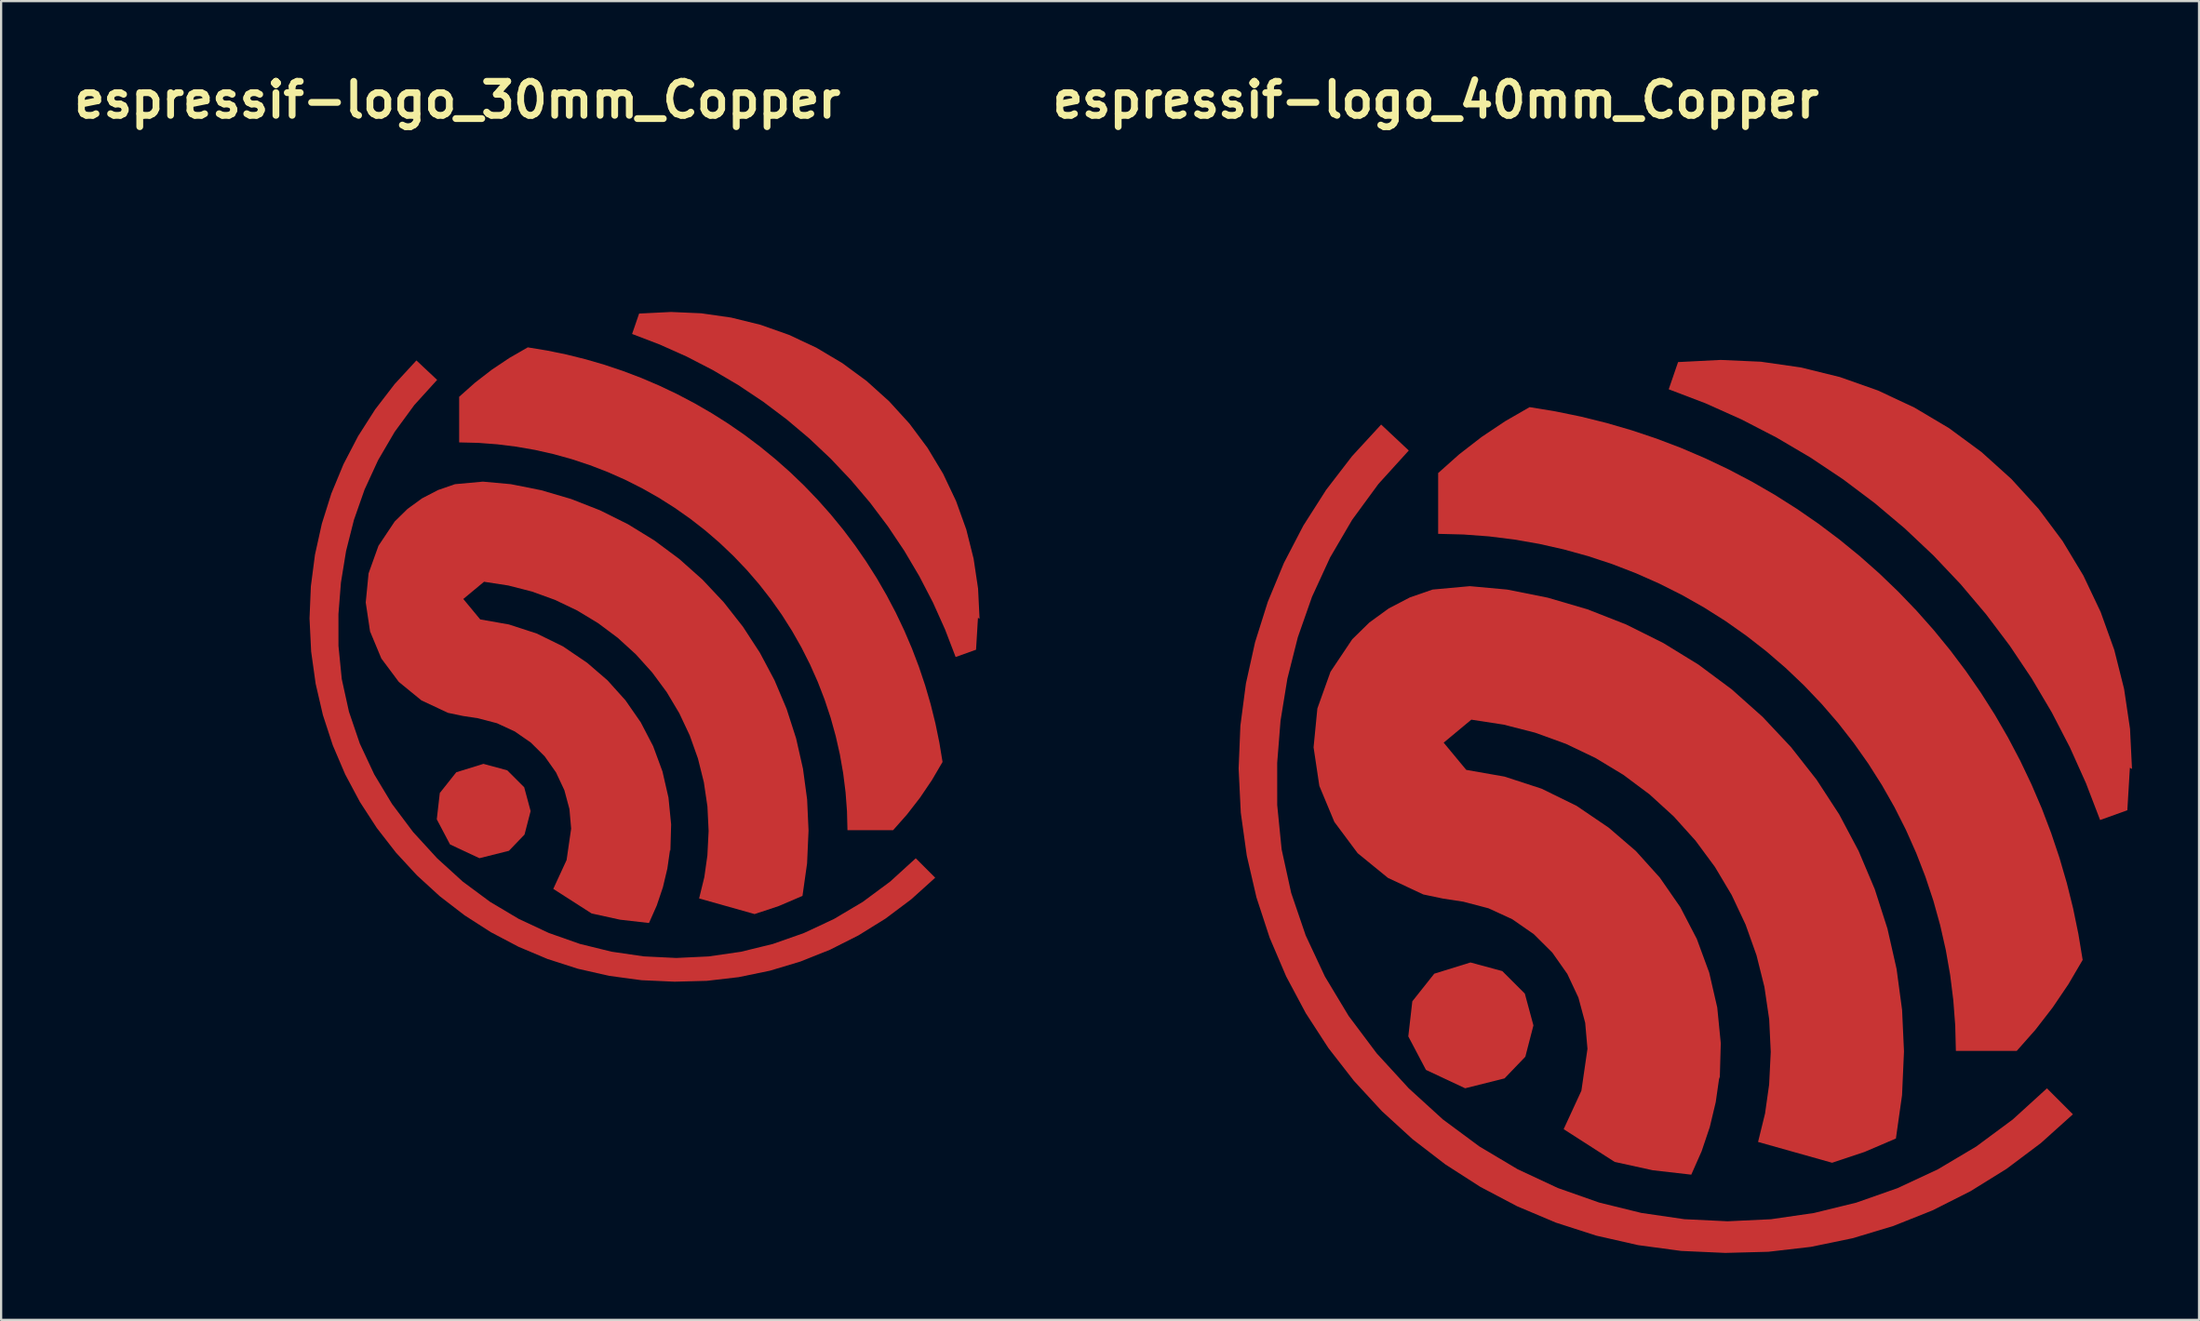
<source format=kicad_pcb>
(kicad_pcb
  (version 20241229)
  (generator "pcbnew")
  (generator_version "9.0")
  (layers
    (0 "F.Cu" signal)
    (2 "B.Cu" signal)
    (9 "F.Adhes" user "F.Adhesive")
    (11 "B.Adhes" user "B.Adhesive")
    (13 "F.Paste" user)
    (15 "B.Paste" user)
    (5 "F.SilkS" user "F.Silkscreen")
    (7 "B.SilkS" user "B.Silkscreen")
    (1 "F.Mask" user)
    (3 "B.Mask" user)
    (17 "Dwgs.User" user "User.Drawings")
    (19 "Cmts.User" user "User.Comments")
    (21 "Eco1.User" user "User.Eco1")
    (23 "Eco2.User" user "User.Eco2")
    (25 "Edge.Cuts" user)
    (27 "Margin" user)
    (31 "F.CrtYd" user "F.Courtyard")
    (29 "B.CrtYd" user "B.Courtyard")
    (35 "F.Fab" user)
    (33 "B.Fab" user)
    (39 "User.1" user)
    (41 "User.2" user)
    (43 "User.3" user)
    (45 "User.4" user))
  (footprint "espressif-logo_40mm_Copper"
    (layer "F.Cu")
    (at 61.239 40.064)
    (property "Reference" "espressif-logo_40mm_Copper" (at 0 -38.637 0) (layer "F.SilkS") (effects (font (size 1.524 1.524) (thickness 0.305))))
    (attr exclude_from_pos_files exclude_from_bom)
    (fp_poly (pts (xy 4.368 2.814) (xy 4.005 4.217) (xy 3.074 5.187) (xy 1.311 5.63) (xy -0.444 4.807) (xy -1.235 3.306) (xy -1.055 1.735) (xy -0.072 0.497) (xy 1.549 -0.005) (xy 2.972 0.38) (xy 3.983 1.391) (xy 4.368 2.814)) (stroke (width 0) (type solid)) (fill yes) (layer "F.Cu"))
    (fp_poly (pts (xy 31.168 -8.671) (xy 31.079 -10.472) (xy 30.814 -12.257) (xy 30.374 -14.006) (xy 29.764 -15.704) (xy 28.991 -17.334) (xy 28.06 -18.88) (xy 26.982 -20.326) (xy 25.768 -21.66) (xy 24.428 -22.868) (xy 22.975 -23.938) (xy 21.424 -24.86) (xy 19.791 -25.625) (xy 18.089 -26.226) (xy 16.337 -26.657) (xy 14.552 -26.913) (xy 12.749 -26.993) (xy 10.844 -26.897) (xy 10.425 -25.678) (xy 12.074 -25.049) (xy 13.684 -24.327) (xy 15.251 -23.517) (xy 16.771 -22.621) (xy 18.238 -21.641) (xy 19.648 -20.58) (xy 20.997 -19.442) (xy 22.28 -18.231) (xy 23.493 -16.949) (xy 24.632 -15.602) (xy 25.694 -14.193) (xy 26.676 -12.727) (xy 27.574 -11.209) (xy 28.385 -9.642) (xy 29.108 -8.032) (xy 29.74 -6.385) (xy 30.959 -6.823) (xy 31.073 -8.728) (xy 31.168 -8.671)) (stroke (width 0) (type solid)) (fill yes) (layer "F.Cu"))
    (fp_poly (pts (xy 12.959 13.004) (xy 10.981 12.915) (xy 9.053 12.655) (xy 7.182 12.23) (xy 5.376 11.648) (xy 3.643 10.917) (xy 1.989 10.045) (xy 0.423 9.039) (xy -1.048 7.907) (xy -2.416 6.656) (xy -3.673 5.293) (xy -4.812 3.828) (xy -5.825 2.266) (xy -6.705 0.616) (xy -7.443 -1.114) (xy -8.033 -2.917) (xy -8.466 -4.786) (xy -8.735 -6.713) (xy -8.832 -8.69) (xy -8.753 -10.607) (xy -8.506 -12.496) (xy -8.096 -14.348) (xy -7.528 -16.152) (xy -6.805 -17.898) (xy -5.932 -19.576) (xy -4.912 -21.175) (xy -3.75 -22.686) (xy -2.451 -24.098) (xy -1.213 -22.936) (xy -2.575 -21.434) (xy -3.748 -19.832) (xy -4.736 -18.144) (xy -5.545 -16.385) (xy -6.181 -14.571) (xy -6.649 -12.716) (xy -6.955 -10.835) (xy -7.105 -8.943) (xy -7.104 -7.055) (xy -6.906 -5.071) (xy -6.478 -3.12) (xy -5.829 -1.217) (xy -4.968 0.624) (xy -3.906 2.389) (xy -2.651 4.063) (xy -1.213 5.633) (xy 0.317 7.027) (xy 1.949 8.236) (xy 3.667 9.259) (xy 5.459 10.096) (xy 7.308 10.747) (xy 9.201 11.213) (xy 11.123 11.493) (xy 13.06 11.587) (xy 15 11.495) (xy 16.926 11.216) (xy 18.822 10.752) (xy 20.675 10.101) (xy 22.47 9.263) (xy 24.192 8.239) (xy 25.826 7.029) (xy 27.359 5.633) (xy 28.521 6.795) (xy 27.087 8.085) (xy 25.556 9.235) (xy 23.937 10.24) (xy 22.24 11.097) (xy 20.476 11.8) (xy 18.656 12.347) (xy 16.789 12.733) (xy 14.887 12.953) (xy 12.959 13.004)) (stroke (width 0) (type solid)) (fill yes) (layer "F.Cu"))
    (fp_poly (pts (xy 28.959 -0.119) (xy 28.768 -1.277) (xy 28.532 -2.426) (xy 28.249 -3.565) (xy 27.921 -4.691) (xy 27.548 -5.803) (xy 27.131 -6.9) (xy 26.669 -7.979) (xy 26.165 -9.038) (xy 25.619 -10.076) (xy 25.032 -11.092) (xy 24.404 -12.083) (xy 23.737 -13.048) (xy 23.032 -13.986) (xy 22.289 -14.895) (xy 21.511 -15.773) (xy 20.698 -16.619) (xy 19.852 -17.432) (xy 18.974 -18.21) (xy 18.065 -18.952) (xy 17.128 -19.657) (xy 16.162 -20.324) (xy 15.171 -20.952) (xy 14.155 -21.539) (xy 13.117 -22.085) (xy 12.057 -22.589) (xy 10.978 -23.051) (xy 9.882 -23.468) (xy 8.769 -23.841) (xy 7.643 -24.169) (xy 6.504 -24.452) (xy 5.355 -24.688) (xy 4.197 -24.879) (xy 3.1 -24.247) (xy 2.048 -23.543) (xy 1.047 -22.768) (xy 0.102 -21.926) (xy 0.102 -19.203) (xy 1.238 -19.174) (xy 2.372 -19.09) (xy 3.5 -18.95) (xy 4.62 -18.755) (xy 5.729 -18.505) (xy 6.825 -18.202) (xy 7.905 -17.845) (xy 8.965 -17.435) (xy 10.004 -16.974) (xy 11.02 -16.463) (xy 12.009 -15.903) (xy 12.97 -15.295) (xy 13.899 -14.64) (xy 14.796 -13.941) (xy 15.657 -13.199) (xy 16.481 -12.415) (xy 17.265 -11.592) (xy 18.008 -10.732) (xy 18.708 -9.836) (xy 19.363 -8.907) (xy 19.972 -7.947) (xy 20.534 -6.958) (xy 21.046 -5.943) (xy 21.507 -4.905) (xy 21.918 -3.844) (xy 22.276 -2.765) (xy 22.58 -1.67) (xy 22.831 -0.561) (xy 23.027 0.559) (xy 23.167 1.687) (xy 23.253 2.82) (xy 23.282 3.957) (xy 26.006 3.957) (xy 26.842 3.012) (xy 27.614 2.014) (xy 28.321 0.969) (xy 28.959 -0.119)) (stroke (width 0) (type solid)) (fill yes) (layer "F.Cu"))
    (fp_poly (pts (xy 12.711 5.214) (xy 12.756 3.609) (xy 12.598 2.012) (xy 12.238 0.448) (xy 11.684 -1.058) (xy 10.944 -2.483) (xy 10.03 -3.802) (xy 8.956 -4.995) (xy 7.74 -6.042) (xy 6.298 -7.022) (xy 4.733 -7.789) (xy 3.075 -8.33) (xy 1.359 -8.632) (xy 0.349 -9.851) (xy 1.587 -10.88) (xy 3.033 -10.658) (xy 4.45 -10.295) (xy 5.825 -9.796) (xy 7.144 -9.165) (xy 8.396 -8.408) (xy 9.567 -7.533) (xy 10.648 -6.547) (xy 11.626 -5.46) (xy 12.495 -4.283) (xy 13.243 -3.027) (xy 13.866 -1.704) (xy 14.356 -0.326) (xy 14.71 1.093) (xy 14.923 2.54) (xy 14.993 4.001) (xy 14.921 5.461) (xy 14.738 6.759) (xy 14.425 8.033) (xy 17.74 8.966) (xy 19.191 8.482) (xy 20.597 7.88) (xy 20.872 5.937) (xy 20.959 3.976) (xy 20.874 2.123) (xy 20.627 0.284) (xy 20.217 -1.525) (xy 19.649 -3.291) (xy 18.927 -5) (xy 18.057 -6.639) (xy 17.045 -8.193) (xy 15.899 -9.653) (xy 14.629 -11.005) (xy 13.244 -12.24) (xy 11.756 -13.347) (xy 10.175 -14.318) (xy 8.514 -15.146) (xy 6.787 -15.823) (xy 5.007 -16.345) (xy 3.187 -16.708) (xy 1.521 -16.86) (xy -0.146 -16.708) (xy -1.16 -16.358) (xy -2.112 -15.862) (xy -2.98 -15.231) (xy -3.746 -14.48) (xy -4.718 -13.027) (xy -5.306 -11.381) (xy -5.476 -9.642) (xy -5.218 -7.914) (xy -4.546 -6.3) (xy -3.502 -4.899) (xy -2.147 -3.794) (xy -0.565 -3.052) (xy 0.326 -2.865) (xy 1.225 -2.728) (xy 2.357 -2.431) (xy 3.42 -1.942) (xy 4.381 -1.275) (xy 5.211 -0.45) (xy 5.884 0.507) (xy 6.381 1.566) (xy 6.685 2.696) (xy 6.787 3.862) (xy 6.515 5.739) (xy 5.721 7.461) (xy 8.006 8.928) (xy 9.706 9.301) (xy 11.435 9.499) (xy 11.898 8.452) (xy 12.264 7.366) (xy 12.53 6.252) (xy 12.692 5.119) (xy 12.711 5.214)) (stroke (width 0) (type solid)) (fill yes) (layer "F.Cu")))
  (footprint "espressif-logo_30mm_Copper"
    (layer "F.Cu")
    (at 17.432 31.167)
    (property "Reference" "espressif-logo_30mm_Copper" (at 0 -29.74 0) (layer "F.SilkS") (effects (font (size 1.524 1.524) (thickness 0.305))))
    (attr exclude_from_pos_files exclude_from_bom)
    (fp_poly (pts (xy 3.276 2.111) (xy 3.003 3.163) (xy 2.305 3.89) (xy 0.983 4.222) (xy -0.333 3.605) (xy -0.926 2.48) (xy -0.791 1.302) (xy -0.054 0.373) (xy 1.162 -0.004) (xy 2.229 0.285) (xy 2.988 1.044) (xy 3.276 2.111)) (stroke (width 0) (type solid)) (fill yes) (layer "F.Cu"))
    (fp_poly (pts (xy 23.376 -6.503) (xy 23.31 -7.854) (xy 23.11 -9.193) (xy 22.781 -10.505) (xy 22.323 -11.778) (xy 21.743 -13) (xy 21.045 -14.16) (xy 20.237 -15.245) (xy 19.326 -16.245) (xy 18.321 -17.151) (xy 17.231 -17.953) (xy 16.068 -18.645) (xy 14.843 -19.219) (xy 13.567 -19.67) (xy 12.253 -19.993) (xy 10.914 -20.185) (xy 9.562 -20.244) (xy 8.133 -20.173) (xy 7.819 -19.259) (xy 9.055 -18.786) (xy 10.263 -18.246) (xy 11.439 -17.638) (xy 12.578 -16.966) (xy 13.679 -16.231) (xy 14.736 -15.435) (xy 15.748 -14.582) (xy 16.71 -13.673) (xy 17.619 -12.712) (xy 18.474 -11.702) (xy 19.27 -10.645) (xy 20.007 -9.545) (xy 20.68 -8.406) (xy 21.289 -7.232) (xy 21.831 -6.024) (xy 22.305 -4.789) (xy 23.219 -5.117) (xy 23.305 -6.546) (xy 23.376 -6.503)) (stroke (width 0) (type solid)) (fill yes) (layer "F.Cu"))
    (fp_poly (pts (xy 9.719 9.753) (xy 8.236 9.686) (xy 6.79 9.491) (xy 5.387 9.172) (xy 4.032 8.736) (xy 2.732 8.188) (xy 1.492 7.534) (xy 0.317 6.779) (xy -0.786 5.93) (xy -1.812 4.992) (xy -2.755 3.97) (xy -3.609 2.871) (xy -4.369 1.7) (xy -5.029 0.462) (xy -5.582 -0.835) (xy -6.024 -2.188) (xy -6.349 -3.59) (xy -6.551 -5.035) (xy -6.624 -6.517) (xy -6.564 -7.955) (xy -6.38 -9.372) (xy -6.072 -10.761) (xy -5.646 -12.114) (xy -5.104 -13.424) (xy -4.449 -14.682) (xy -3.684 -15.881) (xy -2.813 -17.014) (xy -1.838 -18.073) (xy -0.91 -17.202) (xy -1.931 -16.076) (xy -2.811 -14.874) (xy -3.552 -13.608) (xy -4.159 -12.289) (xy -4.636 -10.928) (xy -4.987 -9.537) (xy -5.217 -8.126) (xy -5.329 -6.707) (xy -5.328 -5.291) (xy -5.18 -3.803) (xy -4.858 -2.34) (xy -4.372 -0.912) (xy -3.726 0.468) (xy -2.929 1.792) (xy -1.988 3.047) (xy -0.91 4.225) (xy 0.238 5.27) (xy 1.462 6.177) (xy 2.751 6.944) (xy 4.094 7.572) (xy 5.481 8.06) (xy 6.901 8.409) (xy 8.342 8.619) (xy 9.795 8.69) (xy 11.25 8.621) (xy 12.694 8.412) (xy 14.117 8.064) (xy 15.506 7.576) (xy 16.852 6.947) (xy 18.144 6.18) (xy 19.37 5.272) (xy 20.519 4.225) (xy 21.39 5.096) (xy 20.316 6.064) (xy 19.167 6.926) (xy 17.952 7.68) (xy 16.68 8.322) (xy 15.357 8.85) (xy 13.992 9.26) (xy 12.592 9.549) (xy 11.165 9.715) (xy 9.719 9.753)) (stroke (width 0) (type solid)) (fill yes) (layer "F.Cu"))
    (fp_poly (pts (xy 21.719 -0.089) (xy 21.576 -0.958) (xy 21.399 -1.819) (xy 21.187 -2.673) (xy 20.941 -3.518) (xy 20.661 -4.352) (xy 20.348 -5.175) (xy 20.002 -5.984) (xy 19.624 -6.779) (xy 19.214 -7.557) (xy 18.774 -8.319) (xy 18.303 -9.062) (xy 17.803 -9.786) (xy 17.274 -10.49) (xy 16.717 -11.171) (xy 16.133 -11.83) (xy 15.524 -12.464) (xy 14.889 -13.074) (xy 14.23 -13.657) (xy 13.549 -14.214) (xy 12.846 -14.743) (xy 12.122 -15.243) (xy 11.378 -15.714) (xy 10.616 -16.154) (xy 9.838 -16.564) (xy 9.043 -16.942) (xy 8.234 -17.288) (xy 7.411 -17.601) (xy 6.577 -17.881) (xy 5.732 -18.127) (xy 4.878 -18.339) (xy 4.016 -18.516) (xy 3.148 -18.659) (xy 2.325 -18.185) (xy 1.536 -17.657) (xy 0.785 -17.076) (xy 0.076 -16.445) (xy 0.076 -14.402) (xy 0.929 -14.381) (xy 1.779 -14.317) (xy 2.625 -14.212) (xy 3.465 -14.066) (xy 4.297 -13.879) (xy 5.119 -13.651) (xy 5.928 -13.383) (xy 6.724 -13.076) (xy 7.503 -12.731) (xy 8.265 -12.347) (xy 9.007 -11.927) (xy 9.727 -11.471) (xy 10.425 -10.98) (xy 11.097 -10.456) (xy 11.743 -9.899) (xy 12.36 -9.311) (xy 12.949 -8.694) (xy 13.506 -8.049) (xy 14.031 -7.377) (xy 14.523 -6.68) (xy 14.979 -5.96) (xy 15.4 -5.219) (xy 15.784 -4.458) (xy 16.131 -3.678) (xy 16.438 -2.883) (xy 16.707 -2.074) (xy 16.935 -1.252) (xy 17.123 -0.421) (xy 17.27 0.419) (xy 17.376 1.265) (xy 17.44 2.115) (xy 17.462 2.968) (xy 19.505 2.968) (xy 20.131 2.259) (xy 20.711 1.511) (xy 21.241 0.727) (xy 21.719 -0.089)) (stroke (width 0) (type solid)) (fill yes) (layer "F.Cu"))
    (fp_poly (pts (xy 9.533 3.91) (xy 9.567 2.707) (xy 9.448 1.509) (xy 9.179 0.336) (xy 8.763 -0.794) (xy 8.208 -1.862) (xy 7.522 -2.851) (xy 6.717 -3.746) (xy 5.805 -4.532) (xy 4.723 -5.266) (xy 3.549 -5.842) (xy 2.307 -6.247) (xy 1.019 -6.474) (xy 0.262 -7.389) (xy 1.19 -8.16) (xy 2.275 -7.993) (xy 3.337 -7.721) (xy 4.369 -7.347) (xy 5.358 -6.874) (xy 6.297 -6.306) (xy 7.175 -5.65) (xy 7.986 -4.91) (xy 8.72 -4.095) (xy 9.371 -3.213) (xy 9.933 -2.27) (xy 10.399 -1.278) (xy 10.767 -0.244) (xy 11.032 0.82) (xy 11.192 1.905) (xy 11.245 3.001) (xy 11.19 4.096) (xy 11.053 5.07) (xy 10.819 6.024) (xy 13.305 6.724) (xy 14.393 6.362) (xy 15.448 5.91) (xy 15.654 4.453) (xy 15.719 2.982) (xy 15.656 1.592) (xy 15.47 0.213) (xy 15.163 -1.144) (xy 14.737 -2.468) (xy 14.195 -3.75) (xy 13.542 -4.979) (xy 12.783 -6.145) (xy 11.924 -7.24) (xy 10.972 -8.254) (xy 9.933 -9.18) (xy 8.817 -10.01) (xy 7.631 -10.739) (xy 6.386 -11.359) (xy 5.09 -11.867) (xy 3.755 -12.259) (xy 2.39 -12.531) (xy 1.14 -12.645) (xy -0.11 -12.531) (xy -0.87 -12.268) (xy -1.584 -11.897) (xy -2.235 -11.424) (xy -2.81 -10.86) (xy -3.538 -9.77) (xy -3.98 -8.536) (xy -4.107 -7.231) (xy -3.913 -5.935) (xy -3.409 -4.725) (xy -2.626 -3.674) (xy -1.611 -2.845) (xy -0.424 -2.289) (xy 0.244 -2.149) (xy 0.919 -2.046) (xy 1.768 -1.824) (xy 2.565 -1.456) (xy 3.286 -0.956) (xy 3.908 -0.337) (xy 4.413 0.38) (xy 4.786 1.175) (xy 5.014 2.022) (xy 5.09 2.896) (xy 4.886 4.304) (xy 4.29 5.596) (xy 6.005 6.696) (xy 7.279 6.976) (xy 8.576 7.124) (xy 8.924 6.339) (xy 9.198 5.525) (xy 9.397 4.689) (xy 9.519 3.839) (xy 9.533 3.91)) (stroke (width 0) (type solid)) (fill yes) (layer "F.Cu")))
  (gr_rect
    (start -3 -3)
    (end 95.408 56.067)
    (stroke (width 0.1) (type default))
    (fill no)
    (layer "Edge.Cuts")))
</source>
